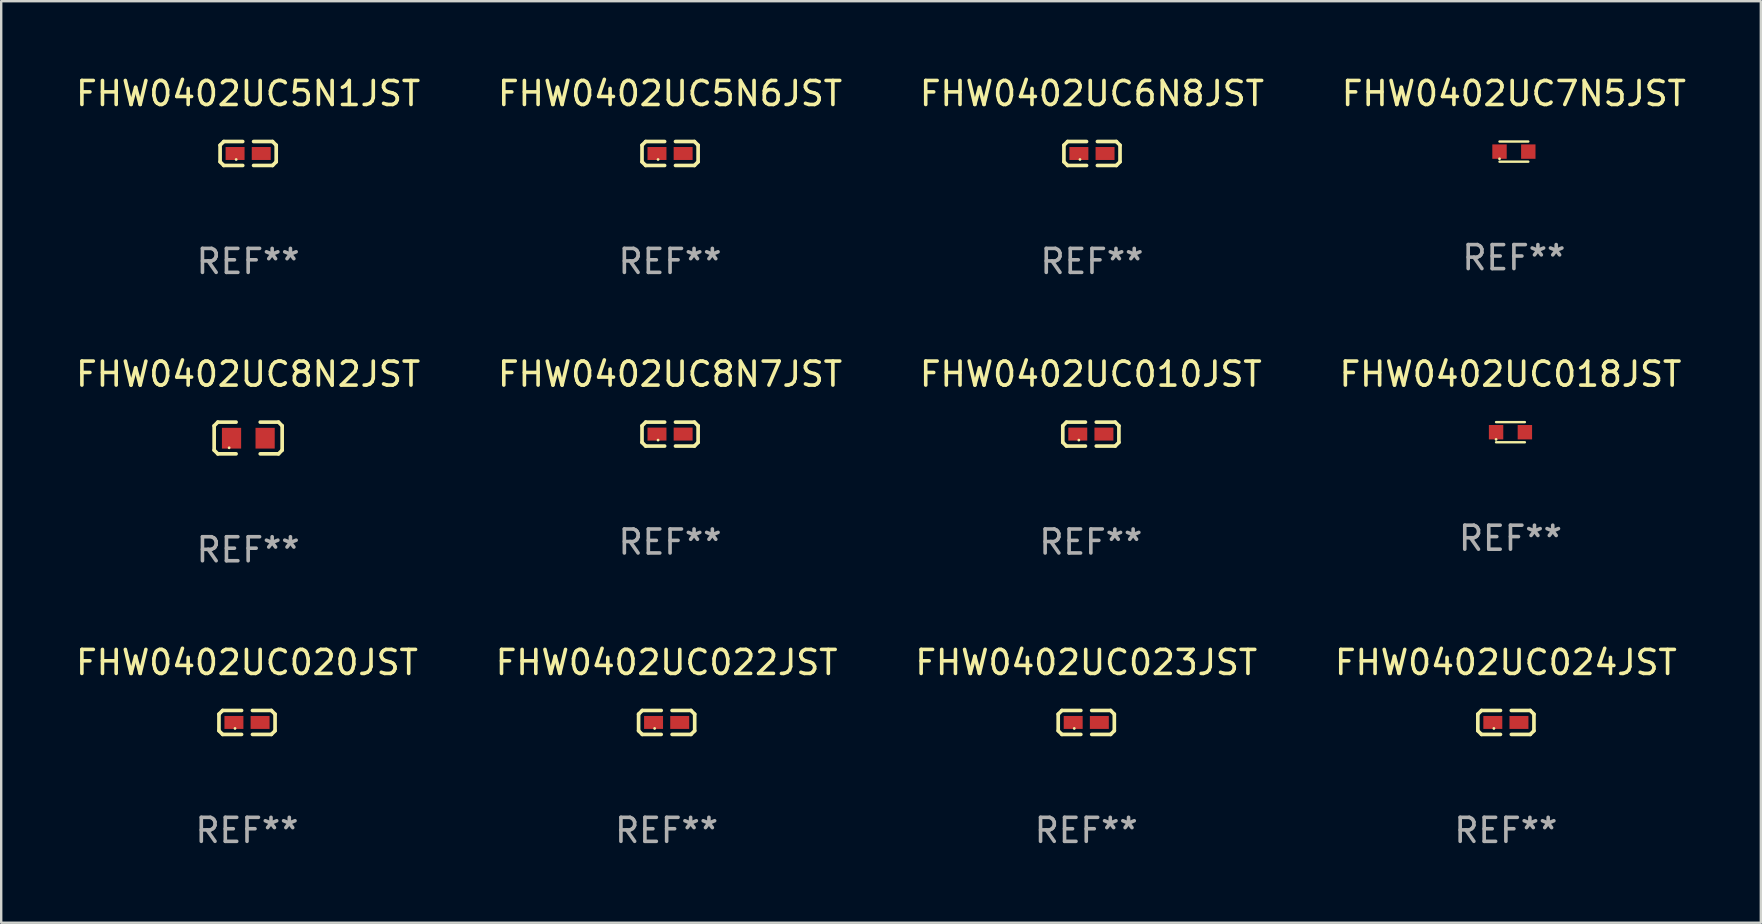
<source format=kicad_pcb>
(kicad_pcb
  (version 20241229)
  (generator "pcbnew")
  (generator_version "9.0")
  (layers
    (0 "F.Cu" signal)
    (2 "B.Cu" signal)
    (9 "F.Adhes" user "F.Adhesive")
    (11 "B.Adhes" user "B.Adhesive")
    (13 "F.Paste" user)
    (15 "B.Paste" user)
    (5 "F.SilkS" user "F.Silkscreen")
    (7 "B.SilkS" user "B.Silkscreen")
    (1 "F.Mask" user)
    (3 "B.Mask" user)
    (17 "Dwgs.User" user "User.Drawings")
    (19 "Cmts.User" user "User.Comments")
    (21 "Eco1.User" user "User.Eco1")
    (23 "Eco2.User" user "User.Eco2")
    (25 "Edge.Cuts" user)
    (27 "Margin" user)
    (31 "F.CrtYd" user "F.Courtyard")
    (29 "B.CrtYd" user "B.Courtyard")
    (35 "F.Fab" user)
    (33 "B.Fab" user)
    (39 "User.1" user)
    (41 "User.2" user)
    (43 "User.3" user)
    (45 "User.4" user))
  (footprint "FHW0402UC5N6JST"
    (layer "F.Cu")
    (at 24.875 3.347)
    (property "Reference" "FHW0402UC5N6JST" (at 0 -2.499 0) (layer "F.SilkS") (effects (font (size 1 1) (thickness 0.15))))
    (attr through_hole)
    (fp_line (start -1.169 -0.346) (end -1.016 -0.499) (stroke (width 0.152) (type solid)) (layer "F.SilkS"))
    (fp_line (start -1.169 0.346) (end -1.169 -0.346) (stroke (width 0.152) (type solid)) (layer "F.SilkS"))
    (fp_line (start -1.016 -0.499) (end -0.226 -0.499) (stroke (width 0.152) (type solid)) (layer "F.SilkS"))
    (fp_line (start -1.016 0.499) (end -1.169 0.346) (stroke (width 0.152) (type solid)) (layer "F.SilkS"))
    (fp_line (start -0.226 0.499) (end -1.016 0.499) (stroke (width 0.152) (type solid)) (layer "F.SilkS"))
    (fp_line (start 0.226 0.499) (end 1.016 0.499) (stroke (width 0.152) (type solid)) (layer "F.SilkS"))
    (fp_line (start 1.016 -0.499) (end 0.226 -0.499) (stroke (width 0.152) (type solid)) (layer "F.SilkS"))
    (fp_line (start 1.016 0.499) (end 1.169 0.346) (stroke (width 0.152) (type solid)) (layer "F.SilkS"))
    (fp_line (start 1.169 -0.346) (end 1.016 -0.499) (stroke (width 0.152) (type solid)) (layer "F.SilkS"))
    (fp_line (start 1.169 0.346) (end 1.169 -0.346) (stroke (width 0.152) (type solid)) (layer "F.SilkS"))
    (fp_circle (center -0.5 0.25) (end -0.47 0.25) (stroke (width 0.06) (type solid)) (fill no) (layer "F.SilkS"))
    (fp_text user "REF**" (at 0 4.499 0) (layer "F.Fab") (effects (font (size 1 1) (thickness 0.15))))
    (pad "1" smd rect (at -0.545 0) (size 0.79 0.54) (layers "F.Cu" "F.Mask" "F.Paste"))
    (pad "2" smd rect (at 0.545 0) (size 0.79 0.54) (layers "F.Cu" "F.Mask" "F.Paste")))
  (footprint "FHW0402UC020JST"
    (layer "F.Cu")
    (at 7.244 27.058)
    (property "Reference" "FHW0402UC020JST" (at 0 -2.499 0) (layer "F.SilkS") (effects (font (size 1 1) (thickness 0.15))))
    (attr through_hole)
    (fp_line (start -1.169 -0.346) (end -1.016 -0.499) (stroke (width 0.152) (type solid)) (layer "F.SilkS"))
    (fp_line (start -1.169 0.346) (end -1.169 -0.346) (stroke (width 0.152) (type solid)) (layer "F.SilkS"))
    (fp_line (start -1.016 -0.499) (end -0.226 -0.499) (stroke (width 0.152) (type solid)) (layer "F.SilkS"))
    (fp_line (start -1.016 0.499) (end -1.169 0.346) (stroke (width 0.152) (type solid)) (layer "F.SilkS"))
    (fp_line (start -0.226 0.499) (end -1.016 0.499) (stroke (width 0.152) (type solid)) (layer "F.SilkS"))
    (fp_line (start 0.226 0.499) (end 1.016 0.499) (stroke (width 0.152) (type solid)) (layer "F.SilkS"))
    (fp_line (start 1.016 -0.499) (end 0.226 -0.499) (stroke (width 0.152) (type solid)) (layer "F.SilkS"))
    (fp_line (start 1.016 0.499) (end 1.169 0.346) (stroke (width 0.152) (type solid)) (layer "F.SilkS"))
    (fp_line (start 1.169 -0.346) (end 1.016 -0.499) (stroke (width 0.152) (type solid)) (layer "F.SilkS"))
    (fp_line (start 1.169 0.346) (end 1.169 -0.346) (stroke (width 0.152) (type solid)) (layer "F.SilkS"))
    (fp_circle (center -0.5 0.25) (end -0.47 0.25) (stroke (width 0.06) (type solid)) (fill no) (layer "F.SilkS"))
    (fp_text user "REF**" (at 0 4.499 0) (layer "F.Fab") (effects (font (size 1 1) (thickness 0.15))))
    (pad "1" smd rect (at -0.545 0) (size 0.79 0.54) (layers "F.Cu" "F.Mask" "F.Paste"))
    (pad "2" smd rect (at 0.545 0) (size 0.79 0.54) (layers "F.Cu" "F.Mask" "F.Paste")))
  (footprint "FHW0402UC5N1JST"
    (layer "F.Cu")
    (at 7.292 3.347)
    (property "Reference" "FHW0402UC5N1JST" (at 0 -2.499 0) (layer "F.SilkS") (effects (font (size 1 1) (thickness 0.15))))
    (attr through_hole)
    (fp_line (start -1.169 -0.346) (end -1.016 -0.499) (stroke (width 0.152) (type solid)) (layer "F.SilkS"))
    (fp_line (start -1.169 0.346) (end -1.169 -0.346) (stroke (width 0.152) (type solid)) (layer "F.SilkS"))
    (fp_line (start -1.016 -0.499) (end -0.226 -0.499) (stroke (width 0.152) (type solid)) (layer "F.SilkS"))
    (fp_line (start -1.016 0.499) (end -1.169 0.346) (stroke (width 0.152) (type solid)) (layer "F.SilkS"))
    (fp_line (start -0.226 0.499) (end -1.016 0.499) (stroke (width 0.152) (type solid)) (layer "F.SilkS"))
    (fp_line (start 0.226 0.499) (end 1.016 0.499) (stroke (width 0.152) (type solid)) (layer "F.SilkS"))
    (fp_line (start 1.016 -0.499) (end 0.226 -0.499) (stroke (width 0.152) (type solid)) (layer "F.SilkS"))
    (fp_line (start 1.016 0.499) (end 1.169 0.346) (stroke (width 0.152) (type solid)) (layer "F.SilkS"))
    (fp_line (start 1.169 -0.346) (end 1.016 -0.499) (stroke (width 0.152) (type solid)) (layer "F.SilkS"))
    (fp_line (start 1.169 0.346) (end 1.169 -0.346) (stroke (width 0.152) (type solid)) (layer "F.SilkS"))
    (fp_circle (center -0.5 0.25) (end -0.47 0.25) (stroke (width 0.06) (type solid)) (fill no) (layer "F.SilkS"))
    (fp_text user "REF**" (at 0 4.499 0) (layer "F.Fab") (effects (font (size 1 1) (thickness 0.15))))
    (pad "1" smd rect (at -0.545 0) (size 0.79 0.54) (layers "F.Cu" "F.Mask" "F.Paste"))
    (pad "2" smd rect (at 0.545 0) (size 0.79 0.54) (layers "F.Cu" "F.Mask" "F.Paste")))
  (footprint "FHW0402UC018JST"
    (layer "F.Cu")
    (at 59.899 14.962)
    (property "Reference" "FHW0402UC018JST" (at 0 -2.42 0) (layer "F.SilkS") (effects (font (size 1 1) (thickness 0.15))))
    (attr through_hole)
    (fp_line (start -0.6 -0.42) (end 0.6 -0.42) (stroke (width 0.1) (type solid)) (layer "F.SilkS"))
    (fp_line (start -0.6 0.42) (end 0.6 0.42) (stroke (width 0.1) (type solid)) (layer "F.SilkS"))
    (fp_circle (center -0.6 0.3) (end -0.57 0.3) (stroke (width 0.06) (type solid)) (fill no) (layer "F.SilkS"))
    (fp_text user "REF**" (at 0 4.42 0) (layer "F.Fab") (effects (font (size 1 1) (thickness 0.15))))
    (pad "1" smd rect (at -0.6 0) (size 0.6 0.6) (layers "F.Cu" "F.Mask" "F.Paste"))
    (pad "2" smd rect (at 0.6 0) (size 0.6 0.6) (layers "F.Cu" "F.Mask" "F.Paste")))
  (footprint "FHW0402UC022JST"
    (layer "F.Cu")
    (at 24.732 27.058)
    (property "Reference" "FHW0402UC022JST" (at 0 -2.499 0) (layer "F.SilkS") (effects (font (size 1 1) (thickness 0.15))))
    (attr through_hole)
    (fp_line (start -1.169 -0.346) (end -1.016 -0.499) (stroke (width 0.152) (type solid)) (layer "F.SilkS"))
    (fp_line (start -1.169 0.346) (end -1.169 -0.346) (stroke (width 0.152) (type solid)) (layer "F.SilkS"))
    (fp_line (start -1.016 -0.499) (end -0.226 -0.499) (stroke (width 0.152) (type solid)) (layer "F.SilkS"))
    (fp_line (start -1.016 0.499) (end -1.169 0.346) (stroke (width 0.152) (type solid)) (layer "F.SilkS"))
    (fp_line (start -0.226 0.499) (end -1.016 0.499) (stroke (width 0.152) (type solid)) (layer "F.SilkS"))
    (fp_line (start 0.226 0.499) (end 1.016 0.499) (stroke (width 0.152) (type solid)) (layer "F.SilkS"))
    (fp_line (start 1.016 -0.499) (end 0.226 -0.499) (stroke (width 0.152) (type solid)) (layer "F.SilkS"))
    (fp_line (start 1.016 0.499) (end 1.169 0.346) (stroke (width 0.152) (type solid)) (layer "F.SilkS"))
    (fp_line (start 1.169 -0.346) (end 1.016 -0.499) (stroke (width 0.152) (type solid)) (layer "F.SilkS"))
    (fp_line (start 1.169 0.346) (end 1.169 -0.346) (stroke (width 0.152) (type solid)) (layer "F.SilkS"))
    (fp_circle (center -0.5 0.25) (end -0.47 0.25) (stroke (width 0.06) (type solid)) (fill no) (layer "F.SilkS"))
    (fp_text user "REF**" (at 0 4.499 0) (layer "F.Fab") (effects (font (size 1 1) (thickness 0.15))))
    (pad "1" smd rect (at -0.545 0) (size 0.79 0.54) (layers "F.Cu" "F.Mask" "F.Paste"))
    (pad "2" smd rect (at 0.545 0) (size 0.79 0.54) (layers "F.Cu" "F.Mask" "F.Paste")))
  (footprint "FHW0402UC024JST"
    (layer "F.Cu")
    (at 59.708 27.058)
    (property "Reference" "FHW0402UC024JST" (at 0 -2.499 0) (layer "F.SilkS") (effects (font (size 1 1) (thickness 0.15))))
    (attr through_hole)
    (fp_line (start -1.169 -0.346) (end -1.016 -0.499) (stroke (width 0.152) (type solid)) (layer "F.SilkS"))
    (fp_line (start -1.169 0.346) (end -1.169 -0.346) (stroke (width 0.152) (type solid)) (layer "F.SilkS"))
    (fp_line (start -1.016 -0.499) (end -0.226 -0.499) (stroke (width 0.152) (type solid)) (layer "F.SilkS"))
    (fp_line (start -1.016 0.499) (end -1.169 0.346) (stroke (width 0.152) (type solid)) (layer "F.SilkS"))
    (fp_line (start -0.226 0.499) (end -1.016 0.499) (stroke (width 0.152) (type solid)) (layer "F.SilkS"))
    (fp_line (start 0.226 0.499) (end 1.016 0.499) (stroke (width 0.152) (type solid)) (layer "F.SilkS"))
    (fp_line (start 1.016 -0.499) (end 0.226 -0.499) (stroke (width 0.152) (type solid)) (layer "F.SilkS"))
    (fp_line (start 1.016 0.499) (end 1.169 0.346) (stroke (width 0.152) (type solid)) (layer "F.SilkS"))
    (fp_line (start 1.169 -0.346) (end 1.016 -0.499) (stroke (width 0.152) (type solid)) (layer "F.SilkS"))
    (fp_line (start 1.169 0.346) (end 1.169 -0.346) (stroke (width 0.152) (type solid)) (layer "F.SilkS"))
    (fp_circle (center -0.5 0.25) (end -0.47 0.25) (stroke (width 0.06) (type solid)) (fill no) (layer "F.SilkS"))
    (fp_text user "REF**" (at 0 4.499 0) (layer "F.Fab") (effects (font (size 1 1) (thickness 0.15))))
    (pad "1" smd rect (at -0.545 0) (size 0.79 0.54) (layers "F.Cu" "F.Mask" "F.Paste"))
    (pad "2" smd rect (at 0.545 0) (size 0.79 0.54) (layers "F.Cu" "F.Mask" "F.Paste")))
  (footprint "FHW0402UC010JST"
    (layer "F.Cu")
    (at 42.411 15.041)
    (property "Reference" "FHW0402UC010JST" (at 0 -2.499 0) (layer "F.SilkS") (effects (font (size 1 1) (thickness 0.15))))
    (attr through_hole)
    (fp_line (start -1.169 -0.346) (end -1.016 -0.499) (stroke (width 0.152) (type solid)) (layer "F.SilkS"))
    (fp_line (start -1.169 0.346) (end -1.169 -0.346) (stroke (width 0.152) (type solid)) (layer "F.SilkS"))
    (fp_line (start -1.016 -0.499) (end -0.226 -0.499) (stroke (width 0.152) (type solid)) (layer "F.SilkS"))
    (fp_line (start -1.016 0.499) (end -1.169 0.346) (stroke (width 0.152) (type solid)) (layer "F.SilkS"))
    (fp_line (start -0.226 0.499) (end -1.016 0.499) (stroke (width 0.152) (type solid)) (layer "F.SilkS"))
    (fp_line (start 0.226 0.499) (end 1.016 0.499) (stroke (width 0.152) (type solid)) (layer "F.SilkS"))
    (fp_line (start 1.016 -0.499) (end 0.226 -0.499) (stroke (width 0.152) (type solid)) (layer "F.SilkS"))
    (fp_line (start 1.016 0.499) (end 1.169 0.346) (stroke (width 0.152) (type solid)) (layer "F.SilkS"))
    (fp_line (start 1.169 -0.346) (end 1.016 -0.499) (stroke (width 0.152) (type solid)) (layer "F.SilkS"))
    (fp_line (start 1.169 0.346) (end 1.169 -0.346) (stroke (width 0.152) (type solid)) (layer "F.SilkS"))
    (fp_circle (center -0.5 0.25) (end -0.47 0.25) (stroke (width 0.06) (type solid)) (fill no) (layer "F.SilkS"))
    (fp_text user "REF**" (at 0 4.499 0) (layer "F.Fab") (effects (font (size 1 1) (thickness 0.15))))
    (pad "1" smd rect (at -0.545 0) (size 0.79 0.54) (layers "F.Cu" "F.Mask" "F.Paste"))
    (pad "2" smd rect (at 0.545 0) (size 0.79 0.54) (layers "F.Cu" "F.Mask" "F.Paste")))
  (footprint "FHW0402UC023JST"
    (layer "F.Cu")
    (at 42.22 27.058)
    (property "Reference" "FHW0402UC023JST" (at 0 -2.499 0) (layer "F.SilkS") (effects (font (size 1 1) (thickness 0.15))))
    (attr through_hole)
    (fp_line (start -1.169 -0.346) (end -1.016 -0.499) (stroke (width 0.152) (type solid)) (layer "F.SilkS"))
    (fp_line (start -1.169 0.346) (end -1.169 -0.346) (stroke (width 0.152) (type solid)) (layer "F.SilkS"))
    (fp_line (start -1.016 -0.499) (end -0.226 -0.499) (stroke (width 0.152) (type solid)) (layer "F.SilkS"))
    (fp_line (start -1.016 0.499) (end -1.169 0.346) (stroke (width 0.152) (type solid)) (layer "F.SilkS"))
    (fp_line (start -0.226 0.499) (end -1.016 0.499) (stroke (width 0.152) (type solid)) (layer "F.SilkS"))
    (fp_line (start 0.226 0.499) (end 1.016 0.499) (stroke (width 0.152) (type solid)) (layer "F.SilkS"))
    (fp_line (start 1.016 -0.499) (end 0.226 -0.499) (stroke (width 0.152) (type solid)) (layer "F.SilkS"))
    (fp_line (start 1.016 0.499) (end 1.169 0.346) (stroke (width 0.152) (type solid)) (layer "F.SilkS"))
    (fp_line (start 1.169 -0.346) (end 1.016 -0.499) (stroke (width 0.152) (type solid)) (layer "F.SilkS"))
    (fp_line (start 1.169 0.346) (end 1.169 -0.346) (stroke (width 0.152) (type solid)) (layer "F.SilkS"))
    (fp_circle (center -0.5 0.25) (end -0.47 0.25) (stroke (width 0.06) (type solid)) (fill no) (layer "F.SilkS"))
    (fp_text user "REF**" (at 0 4.499 0) (layer "F.Fab") (effects (font (size 1 1) (thickness 0.15))))
    (pad "1" smd rect (at -0.545 0) (size 0.79 0.54) (layers "F.Cu" "F.Mask" "F.Paste"))
    (pad "2" smd rect (at 0.545 0) (size 0.79 0.54) (layers "F.Cu" "F.Mask" "F.Paste")))
  (footprint "FHW0402UC7N5JST"
    (layer "F.Cu")
    (at 60.042 3.268)
    (property "Reference" "FHW0402UC7N5JST" (at 0 -2.42 0) (layer "F.SilkS") (effects (font (size 1 1) (thickness 0.15))))
    (attr through_hole)
    (fp_line (start -0.6 -0.42) (end 0.6 -0.42) (stroke (width 0.1) (type solid)) (layer "F.SilkS"))
    (fp_line (start -0.6 0.42) (end 0.6 0.42) (stroke (width 0.1) (type solid)) (layer "F.SilkS"))
    (fp_circle (center -0.6 0.3) (end -0.57 0.3) (stroke (width 0.06) (type solid)) (fill no) (layer "F.SilkS"))
    (fp_text user "REF**" (at 0 4.42 0) (layer "F.Fab") (effects (font (size 1 1) (thickness 0.15))))
    (pad "1" smd rect (at -0.6 0) (size 0.6 0.6) (layers "F.Cu" "F.Mask" "F.Paste"))
    (pad "2" smd rect (at 0.6 0) (size 0.6 0.6) (layers "F.Cu" "F.Mask" "F.Paste")))
  (footprint "FHW0402UC6N8JST"
    (layer "F.Cu")
    (at 42.458 3.347)
    (property "Reference" "FHW0402UC6N8JST" (at 0 -2.499 0) (layer "F.SilkS") (effects (font (size 1 1) (thickness 0.15))))
    (attr through_hole)
    (fp_line (start -1.169 -0.346) (end -1.016 -0.499) (stroke (width 0.152) (type solid)) (layer "F.SilkS"))
    (fp_line (start -1.169 0.346) (end -1.169 -0.346) (stroke (width 0.152) (type solid)) (layer "F.SilkS"))
    (fp_line (start -1.016 -0.499) (end -0.226 -0.499) (stroke (width 0.152) (type solid)) (layer "F.SilkS"))
    (fp_line (start -1.016 0.499) (end -1.169 0.346) (stroke (width 0.152) (type solid)) (layer "F.SilkS"))
    (fp_line (start -0.226 0.499) (end -1.016 0.499) (stroke (width 0.152) (type solid)) (layer "F.SilkS"))
    (fp_line (start 0.226 0.499) (end 1.016 0.499) (stroke (width 0.152) (type solid)) (layer "F.SilkS"))
    (fp_line (start 1.016 -0.499) (end 0.226 -0.499) (stroke (width 0.152) (type solid)) (layer "F.SilkS"))
    (fp_line (start 1.016 0.499) (end 1.169 0.346) (stroke (width 0.152) (type solid)) (layer "F.SilkS"))
    (fp_line (start 1.169 -0.346) (end 1.016 -0.499) (stroke (width 0.152) (type solid)) (layer "F.SilkS"))
    (fp_line (start 1.169 0.346) (end 1.169 -0.346) (stroke (width 0.152) (type solid)) (layer "F.SilkS"))
    (fp_circle (center -0.5 0.25) (end -0.47 0.25) (stroke (width 0.06) (type solid)) (fill no) (layer "F.SilkS"))
    (fp_text user "REF**" (at 0 4.499 0) (layer "F.Fab") (effects (font (size 1 1) (thickness 0.15))))
    (pad "1" smd rect (at -0.545 0) (size 0.79 0.54) (layers "F.Cu" "F.Mask" "F.Paste"))
    (pad "2" smd rect (at 0.545 0) (size 0.79 0.54) (layers "F.Cu" "F.Mask" "F.Paste")))
  (footprint "FHW0402UC8N2JST"
    (layer "F.Cu")
    (at 7.292 15.203)
    (property "Reference" "FHW0402UC8N2JST" (at 0 -2.661 0) (layer "F.SilkS") (effects (font (size 1 1) (thickness 0.15))))
    (attr through_hole)
    (fp_line (start -1.417 -0.508) (end -1.265 -0.661) (stroke (width 0.152) (type solid)) (layer "F.SilkS"))
    (fp_line (start -1.417 0.508) (end -1.417 -0.508) (stroke (width 0.152) (type solid)) (layer "F.SilkS"))
    (fp_line (start -1.265 -0.661) (end -0.503 -0.661) (stroke (width 0.152) (type solid)) (layer "F.SilkS"))
    (fp_line (start -1.265 0.661) (end -1.417 0.508) (stroke (width 0.152) (type solid)) (layer "F.SilkS"))
    (fp_line (start -1.265 0.661) (end -0.503 0.661) (stroke (width 0.152) (type solid)) (layer "F.SilkS"))
    (fp_line (start 1.265 -0.661) (end 0.503 -0.661) (stroke (width 0.152) (type solid)) (layer "F.SilkS"))
    (fp_line (start 1.265 -0.661) (end 1.417 -0.508) (stroke (width 0.152) (type solid)) (layer "F.SilkS"))
    (fp_line (start 1.265 0.661) (end 0.503 0.661) (stroke (width 0.152) (type solid)) (layer "F.SilkS"))
    (fp_line (start 1.417 -0.508) (end 1.417 0.508) (stroke (width 0.152) (type solid)) (layer "F.SilkS"))
    (fp_line (start 1.417 0.508) (end 1.265 0.661) (stroke (width 0.152) (type solid)) (layer "F.SilkS"))
    (fp_circle (center -0.793 0.409) (end -0.763 0.409) (stroke (width 0.06) (type solid)) (fill no) (layer "F.SilkS"))
    (fp_text user "REF**" (at 0 4.661 0) (layer "F.Fab") (effects (font (size 1 1) (thickness 0.15))))
    (pad "1" smd rect (at -0.693 0.009 180) (size 0.8 0.864) (layers "F.Cu" "F.Mask" "F.Paste"))
    (pad "2" smd rect (at 0.707 0.009 180) (size 0.8 0.864) (layers "F.Cu" "F.Mask" "F.Paste")))
  (footprint "FHW0402UC8N7JST"
    (layer "F.Cu")
    (at 24.875 15.041)
    (property "Reference" "FHW0402UC8N7JST" (at 0 -2.499 0) (layer "F.SilkS") (effects (font (size 1 1) (thickness 0.15))))
    (attr through_hole)
    (fp_line (start -1.169 -0.346) (end -1.016 -0.499) (stroke (width 0.152) (type solid)) (layer "F.SilkS"))
    (fp_line (start -1.169 0.346) (end -1.169 -0.346) (stroke (width 0.152) (type solid)) (layer "F.SilkS"))
    (fp_line (start -1.016 -0.499) (end -0.226 -0.499) (stroke (width 0.152) (type solid)) (layer "F.SilkS"))
    (fp_line (start -1.016 0.499) (end -1.169 0.346) (stroke (width 0.152) (type solid)) (layer "F.SilkS"))
    (fp_line (start -0.226 0.499) (end -1.016 0.499) (stroke (width 0.152) (type solid)) (layer "F.SilkS"))
    (fp_line (start 0.226 0.499) (end 1.016 0.499) (stroke (width 0.152) (type solid)) (layer "F.SilkS"))
    (fp_line (start 1.016 -0.499) (end 0.226 -0.499) (stroke (width 0.152) (type solid)) (layer "F.SilkS"))
    (fp_line (start 1.016 0.499) (end 1.169 0.346) (stroke (width 0.152) (type solid)) (layer "F.SilkS"))
    (fp_line (start 1.169 -0.346) (end 1.016 -0.499) (stroke (width 0.152) (type solid)) (layer "F.SilkS"))
    (fp_line (start 1.169 0.346) (end 1.169 -0.346) (stroke (width 0.152) (type solid)) (layer "F.SilkS"))
    (fp_circle (center -0.5 0.25) (end -0.47 0.25) (stroke (width 0.06) (type solid)) (fill no) (layer "F.SilkS"))
    (fp_text user "REF**" (at 0 4.499 0) (layer "F.Fab") (effects (font (size 1 1) (thickness 0.15))))
    (pad "1" smd rect (at -0.545 0) (size 0.79 0.54) (layers "F.Cu" "F.Mask" "F.Paste"))
    (pad "2" smd rect (at 0.545 0) (size 0.79 0.54) (layers "F.Cu" "F.Mask" "F.Paste")))
  (gr_rect
    (start -3 -3)
    (end 70.333 35.405)
    (stroke (width 0.1) (type default))
    (fill no)
    (layer "Edge.Cuts")))
</source>
